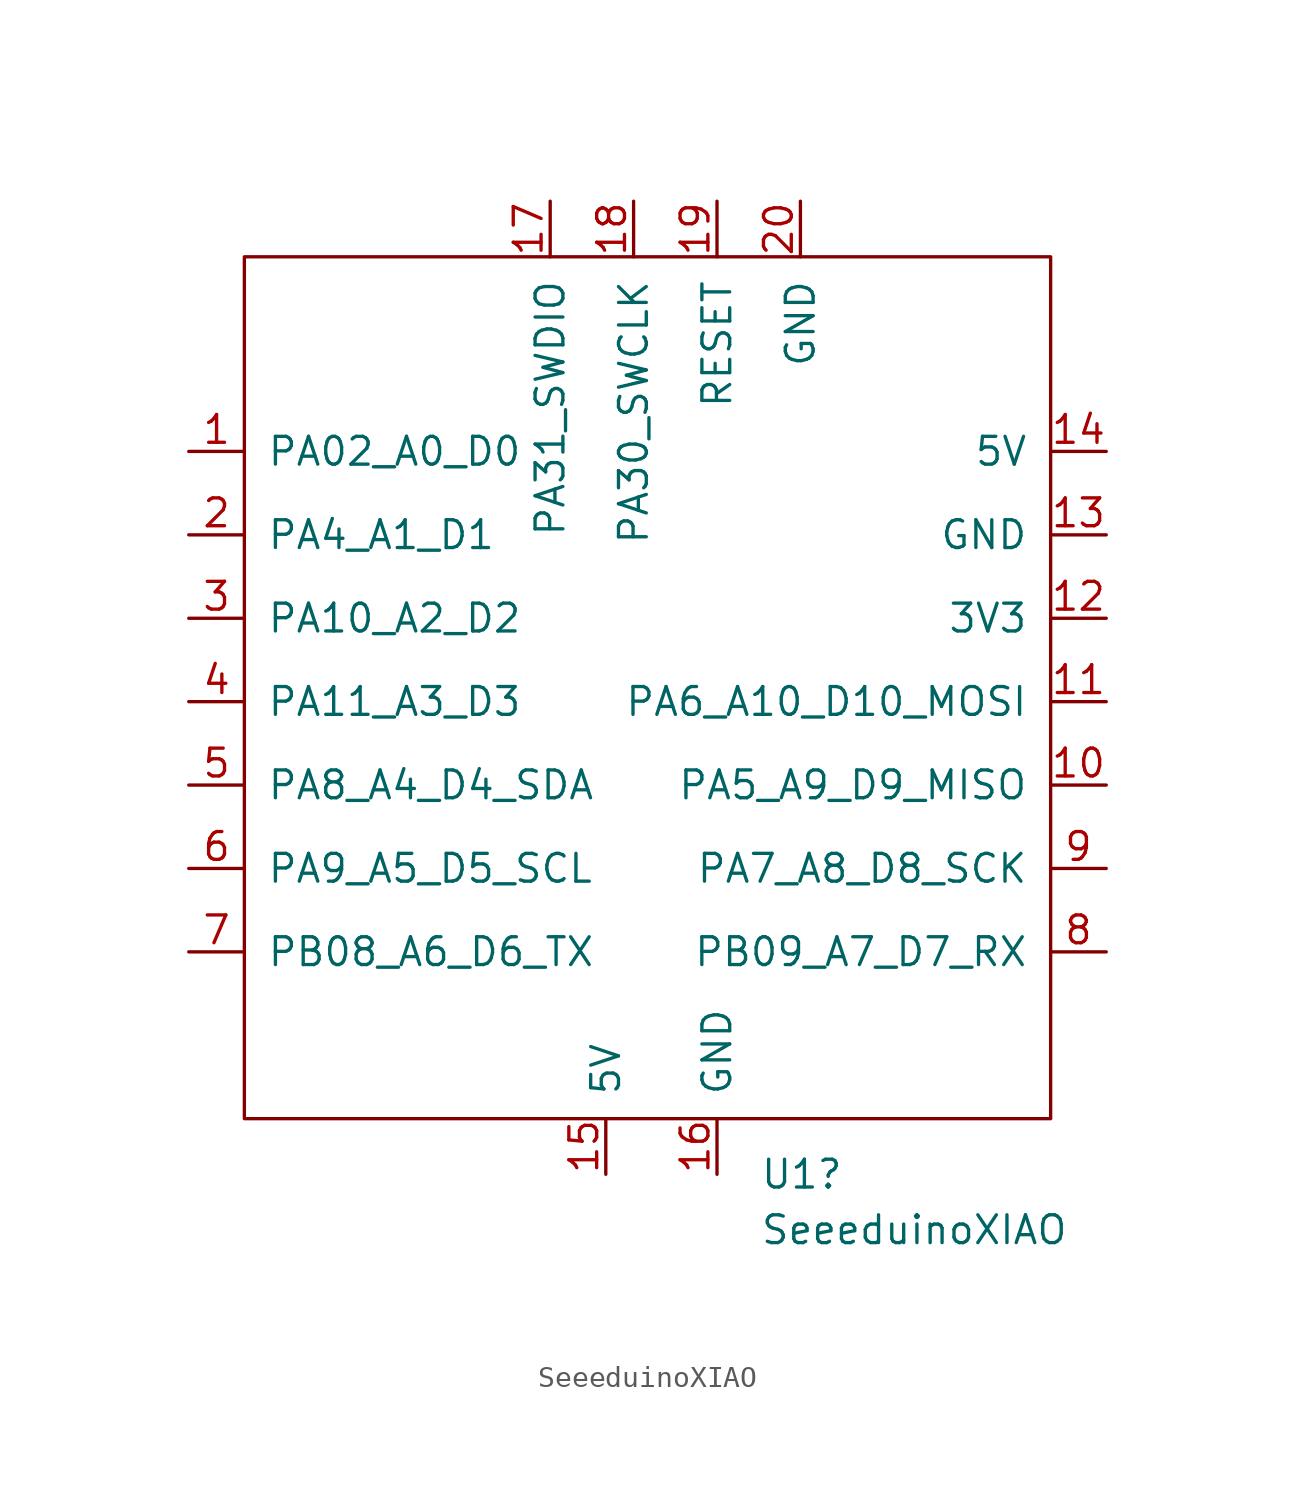
<source format=kicad_sym>
(kicad_symbol_lib
  (version 20220914)
  (generator kicad_symbol_editor)
  (symbol "SeeeduinoXIAO"
    (pin_names
      (offset 1.016))
    (property "Reference" "U1"
      (at 4.496 -21.59 0)
      (effects (font (size 1.27 1.27)) (justify left)))
    (property "Value" "SeeeduinoXIAO"
      (at 4.496 -24.13 0)
      (effects (font (size 1.27 1.27)) (justify left)))
    (symbol "SeeeduinoXIAO_0_1"
      (rectangle (start -19.05 20.32) (end 17.78 -19.05) (stroke (width 0) (type solid)) (fill (type none))))
    (symbol "SeeeduinoXIAO_1_1"
      (pin unspecified line (at -21.59 11.43 0) (length 2.54) (name "PA02_A0_D0" (effects (font (size 1.27 1.27)))) (number "1" (effects (font (size 1.27 1.27)))))
      (pin unspecified line (at 20.32 -3.81 180) (length 2.54) (name "PA5_A9_D9_MISO" (effects (font (size 1.27 1.27)))) (number "10" (effects (font (size 1.27 1.27)))))
      (pin unspecified line (at 20.32 0 180) (length 2.54) (name "PA6_A10_D10_MOSI" (effects (font (size 1.27 1.27)))) (number "11" (effects (font (size 1.27 1.27)))))
      (pin unspecified line (at 20.32 3.81 180) (length 2.54) (name "3V3" (effects (font (size 1.27 1.27)))) (number "12" (effects (font (size 1.27 1.27)))))
      (pin unspecified line (at 20.32 7.62 180) (length 2.54) (name "GND" (effects (font (size 1.27 1.27)))) (number "13" (effects (font (size 1.27 1.27)))))
      (pin unspecified line (at 20.32 11.43 180) (length 2.54) (name "5V" (effects (font (size 1.27 1.27)))) (number "14" (effects (font (size 1.27 1.27)))))
      (pin input line (at -2.54 -21.59 90) (length 2.54) (name "5V" (effects (font (size 1.27 1.27)))) (number "15" (effects (font (size 1.27 1.27)))))
      (pin input line (at 2.54 -21.59 90) (length 2.54) (name "GND" (effects (font (size 1.27 1.27)))) (number "16" (effects (font (size 1.27 1.27)))))
      (pin input line (at -5.08 22.86 270) (length 2.54) (name "PA31_SWDIO" (effects (font (size 1.27 1.27)))) (number "17" (effects (font (size 1.27 1.27)))))
      (pin input line (at -1.27 22.86 270) (length 2.54) (name "PA30_SWCLK" (effects (font (size 1.27 1.27)))) (number "18" (effects (font (size 1.27 1.27)))))
      (pin input line (at 2.54 22.86 270) (length 2.54) (name "RESET" (effects (font (size 1.27 1.27)))) (number "19" (effects (font (size 1.27 1.27)))))
      (pin unspecified line (at -21.59 7.62 0) (length 2.54) (name "PA4_A1_D1" (effects (font (size 1.27 1.27)))) (number "2" (effects (font (size 1.27 1.27)))))
      (pin input line (at 6.35 22.86 270) (length 2.54) (name "GND" (effects (font (size 1.27 1.27)))) (number "20" (effects (font (size 1.27 1.27)))))
      (pin unspecified line (at -21.59 3.81 0) (length 2.54) (name "PA10_A2_D2" (effects (font (size 1.27 1.27)))) (number "3" (effects (font (size 1.27 1.27)))))
      (pin unspecified line (at -21.59 0 0) (length 2.54) (name "PA11_A3_D3" (effects (font (size 1.27 1.27)))) (number "4" (effects (font (size 1.27 1.27)))))
      (pin unspecified line (at -21.59 -3.81 0) (length 2.54) (name "PA8_A4_D4_SDA" (effects (font (size 1.27 1.27)))) (number "5" (effects (font (size 1.27 1.27)))))
      (pin unspecified line (at -21.59 -7.62 0) (length 2.54) (name "PA9_A5_D5_SCL" (effects (font (size 1.27 1.27)))) (number "6" (effects (font (size 1.27 1.27)))))
      (pin unspecified line (at -21.59 -11.43 0) (length 2.54) (name "PB08_A6_D6_TX" (effects (font (size 1.27 1.27)))) (number "7" (effects (font (size 1.27 1.27)))))
      (pin unspecified line (at 20.32 -11.43 180) (length 2.54) (name "PB09_A7_D7_RX" (effects (font (size 1.27 1.27)))) (number "8" (effects (font (size 1.27 1.27)))))
      (pin unspecified line (at 20.32 -7.62 180) (length 2.54) (name "PA7_A8_D8_SCK" (effects (font (size 1.27 1.27)))) (number "9" (effects (font (size 1.27 1.27))))))))
</source>
